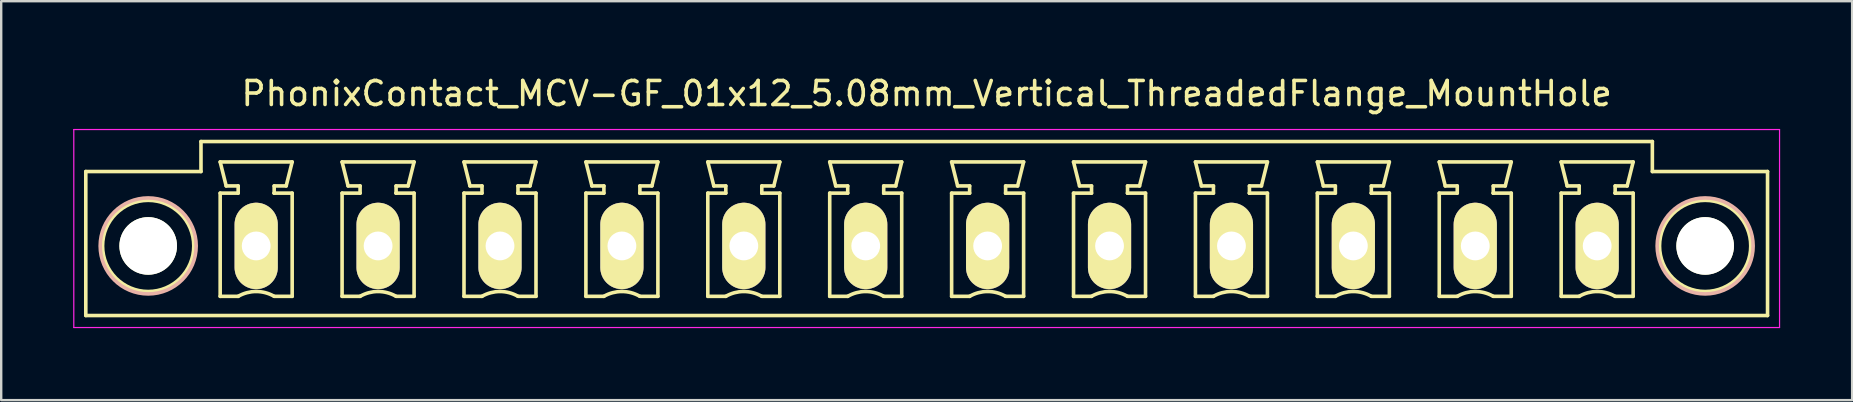
<source format=kicad_pcb>
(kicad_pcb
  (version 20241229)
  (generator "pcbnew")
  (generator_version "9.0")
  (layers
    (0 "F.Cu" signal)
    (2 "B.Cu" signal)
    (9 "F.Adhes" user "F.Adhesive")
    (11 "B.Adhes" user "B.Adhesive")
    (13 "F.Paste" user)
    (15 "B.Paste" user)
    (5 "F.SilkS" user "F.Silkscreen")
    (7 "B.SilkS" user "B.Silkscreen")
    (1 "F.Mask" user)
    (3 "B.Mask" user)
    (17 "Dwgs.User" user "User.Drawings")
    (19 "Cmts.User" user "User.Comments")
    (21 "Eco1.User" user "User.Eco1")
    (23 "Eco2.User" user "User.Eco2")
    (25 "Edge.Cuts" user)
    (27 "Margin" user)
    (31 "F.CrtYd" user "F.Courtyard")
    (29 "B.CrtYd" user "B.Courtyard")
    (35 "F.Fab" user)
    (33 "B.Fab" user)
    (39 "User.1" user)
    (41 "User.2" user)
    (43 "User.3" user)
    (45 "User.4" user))
  (footprint "PhonixContact_MCV-GF_01x12_5.08mm_Vertical_ThreadedFlange_MountHole"
    (layer "F.Cu")
    (at 7.625 7.198)
    (property "Reference" "PhonixContact_MCV-GF_01x12_5.08mm_Vertical_ThreadedFlange_MountHole" (at 27.94 -6.35 0) (layer "F.SilkS") (effects (font (size 1 1) (thickness 0.15))))
    (attr through_hole)
    (fp_line (start -7.1 -3.1) (end -7.1 2.9) (stroke (width 0.15) (type solid)) (layer "F.SilkS"))
    (fp_line (start -7.1 2.9) (end 62.98 2.9) (stroke (width 0.15) (type solid)) (layer "F.SilkS"))
    (fp_line (start -2.3 -4.35) (end -2.3 -3.1) (stroke (width 0.15) (type solid)) (layer "F.SilkS"))
    (fp_line (start -2.3 -3.1) (end -7.1 -3.1) (stroke (width 0.15) (type solid)) (layer "F.SilkS"))
    (fp_line (start -1.5 -3.5) (end 1.5 -3.5) (stroke (width 0.15) (type solid)) (layer "F.SilkS"))
    (fp_line (start -1.5 -2.2) (end -0.75 -2.2) (stroke (width 0.15) (type solid)) (layer "F.SilkS"))
    (fp_line (start -1.5 2.1) (end -1.5 -2.2) (stroke (width 0.15) (type solid)) (layer "F.SilkS"))
    (fp_line (start -1.25 -2.5) (end -1.5 -3.5) (stroke (width 0.15) (type solid)) (layer "F.SilkS"))
    (fp_line (start -0.75 -2.5) (end -1.25 -2.5) (stroke (width 0.15) (type solid)) (layer "F.SilkS"))
    (fp_line (start -0.75 -2.2) (end -0.75 -2.5) (stroke (width 0.15) (type solid)) (layer "F.SilkS"))
    (fp_line (start -0.75 2.1) (end -1.5 2.1) (stroke (width 0.15) (type solid)) (layer "F.SilkS"))
    (fp_line (start 0.75 -2.5) (end 0.75 -2.2) (stroke (width 0.15) (type solid)) (layer "F.SilkS"))
    (fp_line (start 0.75 -2.2) (end 0.75 -2.2) (stroke (width 0.15) (type solid)) (layer "F.SilkS"))
    (fp_line (start 0.75 -2.2) (end 1.5 -2.2) (stroke (width 0.15) (type solid)) (layer "F.SilkS"))
    (fp_line (start 1.25 -2.5) (end 0.75 -2.5) (stroke (width 0.15) (type solid)) (layer "F.SilkS"))
    (fp_line (start 1.5 -3.5) (end 1.25 -2.5) (stroke (width 0.15) (type solid)) (layer "F.SilkS"))
    (fp_line (start 1.5 -2.2) (end 1.5 2.1) (stroke (width 0.15) (type solid)) (layer "F.SilkS"))
    (fp_line (start 1.5 2.1) (end 0.75 2.1) (stroke (width 0.15) (type solid)) (layer "F.SilkS"))
    (fp_line (start 3.58 -3.5) (end 6.58 -3.5) (stroke (width 0.15) (type solid)) (layer "F.SilkS"))
    (fp_line (start 3.58 -2.2) (end 4.33 -2.2) (stroke (width 0.15) (type solid)) (layer "F.SilkS"))
    (fp_line (start 3.58 2.1) (end 3.58 -2.2) (stroke (width 0.15) (type solid)) (layer "F.SilkS"))
    (fp_line (start 3.83 -2.5) (end 3.58 -3.5) (stroke (width 0.15) (type solid)) (layer "F.SilkS"))
    (fp_line (start 4.33 -2.5) (end 3.83 -2.5) (stroke (width 0.15) (type solid)) (layer "F.SilkS"))
    (fp_line (start 4.33 -2.2) (end 4.33 -2.5) (stroke (width 0.15) (type solid)) (layer "F.SilkS"))
    (fp_line (start 4.33 2.1) (end 3.58 2.1) (stroke (width 0.15) (type solid)) (layer "F.SilkS"))
    (fp_line (start 5.83 -2.5) (end 5.83 -2.2) (stroke (width 0.15) (type solid)) (layer "F.SilkS"))
    (fp_line (start 5.83 -2.2) (end 5.83 -2.2) (stroke (width 0.15) (type solid)) (layer "F.SilkS"))
    (fp_line (start 5.83 -2.2) (end 6.58 -2.2) (stroke (width 0.15) (type solid)) (layer "F.SilkS"))
    (fp_line (start 6.33 -2.5) (end 5.83 -2.5) (stroke (width 0.15) (type solid)) (layer "F.SilkS"))
    (fp_line (start 6.58 -3.5) (end 6.33 -2.5) (stroke (width 0.15) (type solid)) (layer "F.SilkS"))
    (fp_line (start 6.58 -2.2) (end 6.58 2.1) (stroke (width 0.15) (type solid)) (layer "F.SilkS"))
    (fp_line (start 6.58 2.1) (end 5.83 2.1) (stroke (width 0.15) (type solid)) (layer "F.SilkS"))
    (fp_line (start 8.66 -3.5) (end 11.66 -3.5) (stroke (width 0.15) (type solid)) (layer "F.SilkS"))
    (fp_line (start 8.66 -2.2) (end 9.41 -2.2) (stroke (width 0.15) (type solid)) (layer "F.SilkS"))
    (fp_line (start 8.66 2.1) (end 8.66 -2.2) (stroke (width 0.15) (type solid)) (layer "F.SilkS"))
    (fp_line (start 8.91 -2.5) (end 8.66 -3.5) (stroke (width 0.15) (type solid)) (layer "F.SilkS"))
    (fp_line (start 9.41 -2.5) (end 8.91 -2.5) (stroke (width 0.15) (type solid)) (layer "F.SilkS"))
    (fp_line (start 9.41 -2.2) (end 9.41 -2.5) (stroke (width 0.15) (type solid)) (layer "F.SilkS"))
    (fp_line (start 9.41 2.1) (end 8.66 2.1) (stroke (width 0.15) (type solid)) (layer "F.SilkS"))
    (fp_line (start 10.91 -2.5) (end 10.91 -2.2) (stroke (width 0.15) (type solid)) (layer "F.SilkS"))
    (fp_line (start 10.91 -2.2) (end 10.91 -2.2) (stroke (width 0.15) (type solid)) (layer "F.SilkS"))
    (fp_line (start 10.91 -2.2) (end 11.66 -2.2) (stroke (width 0.15) (type solid)) (layer "F.SilkS"))
    (fp_line (start 11.41 -2.5) (end 10.91 -2.5) (stroke (width 0.15) (type solid)) (layer "F.SilkS"))
    (fp_line (start 11.66 -3.5) (end 11.41 -2.5) (stroke (width 0.15) (type solid)) (layer "F.SilkS"))
    (fp_line (start 11.66 -2.2) (end 11.66 2.1) (stroke (width 0.15) (type solid)) (layer "F.SilkS"))
    (fp_line (start 11.66 2.1) (end 10.91 2.1) (stroke (width 0.15) (type solid)) (layer "F.SilkS"))
    (fp_line (start 13.74 -3.5) (end 16.74 -3.5) (stroke (width 0.15) (type solid)) (layer "F.SilkS"))
    (fp_line (start 13.74 -2.2) (end 14.49 -2.2) (stroke (width 0.15) (type solid)) (layer "F.SilkS"))
    (fp_line (start 13.74 2.1) (end 13.74 -2.2) (stroke (width 0.15) (type solid)) (layer "F.SilkS"))
    (fp_line (start 13.99 -2.5) (end 13.74 -3.5) (stroke (width 0.15) (type solid)) (layer "F.SilkS"))
    (fp_line (start 14.49 -2.5) (end 13.99 -2.5) (stroke (width 0.15) (type solid)) (layer "F.SilkS"))
    (fp_line (start 14.49 -2.2) (end 14.49 -2.5) (stroke (width 0.15) (type solid)) (layer "F.SilkS"))
    (fp_line (start 14.49 2.1) (end 13.74 2.1) (stroke (width 0.15) (type solid)) (layer "F.SilkS"))
    (fp_line (start 15.99 -2.5) (end 15.99 -2.2) (stroke (width 0.15) (type solid)) (layer "F.SilkS"))
    (fp_line (start 15.99 -2.2) (end 15.99 -2.2) (stroke (width 0.15) (type solid)) (layer "F.SilkS"))
    (fp_line (start 15.99 -2.2) (end 16.74 -2.2) (stroke (width 0.15) (type solid)) (layer "F.SilkS"))
    (fp_line (start 16.49 -2.5) (end 15.99 -2.5) (stroke (width 0.15) (type solid)) (layer "F.SilkS"))
    (fp_line (start 16.74 -3.5) (end 16.49 -2.5) (stroke (width 0.15) (type solid)) (layer "F.SilkS"))
    (fp_line (start 16.74 -2.2) (end 16.74 2.1) (stroke (width 0.15) (type solid)) (layer "F.SilkS"))
    (fp_line (start 16.74 2.1) (end 15.99 2.1) (stroke (width 0.15) (type solid)) (layer "F.SilkS"))
    (fp_line (start 18.82 -3.5) (end 21.82 -3.5) (stroke (width 0.15) (type solid)) (layer "F.SilkS"))
    (fp_line (start 18.82 -2.2) (end 19.57 -2.2) (stroke (width 0.15) (type solid)) (layer "F.SilkS"))
    (fp_line (start 18.82 2.1) (end 18.82 -2.2) (stroke (width 0.15) (type solid)) (layer "F.SilkS"))
    (fp_line (start 19.07 -2.5) (end 18.82 -3.5) (stroke (width 0.15) (type solid)) (layer "F.SilkS"))
    (fp_line (start 19.57 -2.5) (end 19.07 -2.5) (stroke (width 0.15) (type solid)) (layer "F.SilkS"))
    (fp_line (start 19.57 -2.2) (end 19.57 -2.5) (stroke (width 0.15) (type solid)) (layer "F.SilkS"))
    (fp_line (start 19.57 2.1) (end 18.82 2.1) (stroke (width 0.15) (type solid)) (layer "F.SilkS"))
    (fp_line (start 21.07 -2.5) (end 21.07 -2.2) (stroke (width 0.15) (type solid)) (layer "F.SilkS"))
    (fp_line (start 21.07 -2.2) (end 21.07 -2.2) (stroke (width 0.15) (type solid)) (layer "F.SilkS"))
    (fp_line (start 21.07 -2.2) (end 21.82 -2.2) (stroke (width 0.15) (type solid)) (layer "F.SilkS"))
    (fp_line (start 21.57 -2.5) (end 21.07 -2.5) (stroke (width 0.15) (type solid)) (layer "F.SilkS"))
    (fp_line (start 21.82 -3.5) (end 21.57 -2.5) (stroke (width 0.15) (type solid)) (layer "F.SilkS"))
    (fp_line (start 21.82 -2.2) (end 21.82 2.1) (stroke (width 0.15) (type solid)) (layer "F.SilkS"))
    (fp_line (start 21.82 2.1) (end 21.07 2.1) (stroke (width 0.15) (type solid)) (layer "F.SilkS"))
    (fp_line (start 23.9 -3.5) (end 26.9 -3.5) (stroke (width 0.15) (type solid)) (layer "F.SilkS"))
    (fp_line (start 23.9 -2.2) (end 24.65 -2.2) (stroke (width 0.15) (type solid)) (layer "F.SilkS"))
    (fp_line (start 23.9 2.1) (end 23.9 -2.2) (stroke (width 0.15) (type solid)) (layer "F.SilkS"))
    (fp_line (start 24.15 -2.5) (end 23.9 -3.5) (stroke (width 0.15) (type solid)) (layer "F.SilkS"))
    (fp_line (start 24.65 -2.5) (end 24.15 -2.5) (stroke (width 0.15) (type solid)) (layer "F.SilkS"))
    (fp_line (start 24.65 -2.2) (end 24.65 -2.5) (stroke (width 0.15) (type solid)) (layer "F.SilkS"))
    (fp_line (start 24.65 2.1) (end 23.9 2.1) (stroke (width 0.15) (type solid)) (layer "F.SilkS"))
    (fp_line (start 26.15 -2.5) (end 26.15 -2.2) (stroke (width 0.15) (type solid)) (layer "F.SilkS"))
    (fp_line (start 26.15 -2.2) (end 26.15 -2.2) (stroke (width 0.15) (type solid)) (layer "F.SilkS"))
    (fp_line (start 26.15 -2.2) (end 26.9 -2.2) (stroke (width 0.15) (type solid)) (layer "F.SilkS"))
    (fp_line (start 26.65 -2.5) (end 26.15 -2.5) (stroke (width 0.15) (type solid)) (layer "F.SilkS"))
    (fp_line (start 26.9 -3.5) (end 26.65 -2.5) (stroke (width 0.15) (type solid)) (layer "F.SilkS"))
    (fp_line (start 26.9 -2.2) (end 26.9 2.1) (stroke (width 0.15) (type solid)) (layer "F.SilkS"))
    (fp_line (start 26.9 2.1) (end 26.15 2.1) (stroke (width 0.15) (type solid)) (layer "F.SilkS"))
    (fp_line (start 28.98 -3.5) (end 31.98 -3.5) (stroke (width 0.15) (type solid)) (layer "F.SilkS"))
    (fp_line (start 28.98 -2.2) (end 29.73 -2.2) (stroke (width 0.15) (type solid)) (layer "F.SilkS"))
    (fp_line (start 28.98 2.1) (end 28.98 -2.2) (stroke (width 0.15) (type solid)) (layer "F.SilkS"))
    (fp_line (start 29.23 -2.5) (end 28.98 -3.5) (stroke (width 0.15) (type solid)) (layer "F.SilkS"))
    (fp_line (start 29.73 -2.5) (end 29.23 -2.5) (stroke (width 0.15) (type solid)) (layer "F.SilkS"))
    (fp_line (start 29.73 -2.2) (end 29.73 -2.5) (stroke (width 0.15) (type solid)) (layer "F.SilkS"))
    (fp_line (start 29.73 2.1) (end 28.98 2.1) (stroke (width 0.15) (type solid)) (layer "F.SilkS"))
    (fp_line (start 31.23 -2.5) (end 31.23 -2.2) (stroke (width 0.15) (type solid)) (layer "F.SilkS"))
    (fp_line (start 31.23 -2.2) (end 31.23 -2.2) (stroke (width 0.15) (type solid)) (layer "F.SilkS"))
    (fp_line (start 31.23 -2.2) (end 31.98 -2.2) (stroke (width 0.15) (type solid)) (layer "F.SilkS"))
    (fp_line (start 31.73 -2.5) (end 31.23 -2.5) (stroke (width 0.15) (type solid)) (layer "F.SilkS"))
    (fp_line (start 31.98 -3.5) (end 31.73 -2.5) (stroke (width 0.15) (type solid)) (layer "F.SilkS"))
    (fp_line (start 31.98 -2.2) (end 31.98 2.1) (stroke (width 0.15) (type solid)) (layer "F.SilkS"))
    (fp_line (start 31.98 2.1) (end 31.23 2.1) (stroke (width 0.15) (type solid)) (layer "F.SilkS"))
    (fp_line (start 34.06 -3.5) (end 37.06 -3.5) (stroke (width 0.15) (type solid)) (layer "F.SilkS"))
    (fp_line (start 34.06 -2.2) (end 34.81 -2.2) (stroke (width 0.15) (type solid)) (layer "F.SilkS"))
    (fp_line (start 34.06 2.1) (end 34.06 -2.2) (stroke (width 0.15) (type solid)) (layer "F.SilkS"))
    (fp_line (start 34.31 -2.5) (end 34.06 -3.5) (stroke (width 0.15) (type solid)) (layer "F.SilkS"))
    (fp_line (start 34.81 -2.5) (end 34.31 -2.5) (stroke (width 0.15) (type solid)) (layer "F.SilkS"))
    (fp_line (start 34.81 -2.2) (end 34.81 -2.5) (stroke (width 0.15) (type solid)) (layer "F.SilkS"))
    (fp_line (start 34.81 2.1) (end 34.06 2.1) (stroke (width 0.15) (type solid)) (layer "F.SilkS"))
    (fp_line (start 36.31 -2.5) (end 36.31 -2.2) (stroke (width 0.15) (type solid)) (layer "F.SilkS"))
    (fp_line (start 36.31 -2.2) (end 36.31 -2.2) (stroke (width 0.15) (type solid)) (layer "F.SilkS"))
    (fp_line (start 36.31 -2.2) (end 37.06 -2.2) (stroke (width 0.15) (type solid)) (layer "F.SilkS"))
    (fp_line (start 36.81 -2.5) (end 36.31 -2.5) (stroke (width 0.15) (type solid)) (layer "F.SilkS"))
    (fp_line (start 37.06 -3.5) (end 36.81 -2.5) (stroke (width 0.15) (type solid)) (layer "F.SilkS"))
    (fp_line (start 37.06 -2.2) (end 37.06 2.1) (stroke (width 0.15) (type solid)) (layer "F.SilkS"))
    (fp_line (start 37.06 2.1) (end 36.31 2.1) (stroke (width 0.15) (type solid)) (layer "F.SilkS"))
    (fp_line (start 39.14 -3.5) (end 42.14 -3.5) (stroke (width 0.15) (type solid)) (layer "F.SilkS"))
    (fp_line (start 39.14 -2.2) (end 39.89 -2.2) (stroke (width 0.15) (type solid)) (layer "F.SilkS"))
    (fp_line (start 39.14 2.1) (end 39.14 -2.2) (stroke (width 0.15) (type solid)) (layer "F.SilkS"))
    (fp_line (start 39.39 -2.5) (end 39.14 -3.5) (stroke (width 0.15) (type solid)) (layer "F.SilkS"))
    (fp_line (start 39.89 -2.5) (end 39.39 -2.5) (stroke (width 0.15) (type solid)) (layer "F.SilkS"))
    (fp_line (start 39.89 -2.2) (end 39.89 -2.5) (stroke (width 0.15) (type solid)) (layer "F.SilkS"))
    (fp_line (start 39.89 2.1) (end 39.14 2.1) (stroke (width 0.15) (type solid)) (layer "F.SilkS"))
    (fp_line (start 41.39 -2.5) (end 41.39 -2.2) (stroke (width 0.15) (type solid)) (layer "F.SilkS"))
    (fp_line (start 41.39 -2.2) (end 41.39 -2.2) (stroke (width 0.15) (type solid)) (layer "F.SilkS"))
    (fp_line (start 41.39 -2.2) (end 42.14 -2.2) (stroke (width 0.15) (type solid)) (layer "F.SilkS"))
    (fp_line (start 41.89 -2.5) (end 41.39 -2.5) (stroke (width 0.15) (type solid)) (layer "F.SilkS"))
    (fp_line (start 42.14 -3.5) (end 41.89 -2.5) (stroke (width 0.15) (type solid)) (layer "F.SilkS"))
    (fp_line (start 42.14 -2.2) (end 42.14 2.1) (stroke (width 0.15) (type solid)) (layer "F.SilkS"))
    (fp_line (start 42.14 2.1) (end 41.39 2.1) (stroke (width 0.15) (type solid)) (layer "F.SilkS"))
    (fp_line (start 44.22 -3.5) (end 47.22 -3.5) (stroke (width 0.15) (type solid)) (layer "F.SilkS"))
    (fp_line (start 44.22 -2.2) (end 44.97 -2.2) (stroke (width 0.15) (type solid)) (layer "F.SilkS"))
    (fp_line (start 44.22 2.1) (end 44.22 -2.2) (stroke (width 0.15) (type solid)) (layer "F.SilkS"))
    (fp_line (start 44.47 -2.5) (end 44.22 -3.5) (stroke (width 0.15) (type solid)) (layer "F.SilkS"))
    (fp_line (start 44.97 -2.5) (end 44.47 -2.5) (stroke (width 0.15) (type solid)) (layer "F.SilkS"))
    (fp_line (start 44.97 -2.2) (end 44.97 -2.5) (stroke (width 0.15) (type solid)) (layer "F.SilkS"))
    (fp_line (start 44.97 2.1) (end 44.22 2.1) (stroke (width 0.15) (type solid)) (layer "F.SilkS"))
    (fp_line (start 46.47 -2.5) (end 46.47 -2.2) (stroke (width 0.15) (type solid)) (layer "F.SilkS"))
    (fp_line (start 46.47 -2.2) (end 46.47 -2.2) (stroke (width 0.15) (type solid)) (layer "F.SilkS"))
    (fp_line (start 46.47 -2.2) (end 47.22 -2.2) (stroke (width 0.15) (type solid)) (layer "F.SilkS"))
    (fp_line (start 46.97 -2.5) (end 46.47 -2.5) (stroke (width 0.15) (type solid)) (layer "F.SilkS"))
    (fp_line (start 47.22 -3.5) (end 46.97 -2.5) (stroke (width 0.15) (type solid)) (layer "F.SilkS"))
    (fp_line (start 47.22 -2.2) (end 47.22 2.1) (stroke (width 0.15) (type solid)) (layer "F.SilkS"))
    (fp_line (start 47.22 2.1) (end 46.47 2.1) (stroke (width 0.15) (type solid)) (layer "F.SilkS"))
    (fp_line (start 49.3 -3.5) (end 52.3 -3.5) (stroke (width 0.15) (type solid)) (layer "F.SilkS"))
    (fp_line (start 49.3 -2.2) (end 50.05 -2.2) (stroke (width 0.15) (type solid)) (layer "F.SilkS"))
    (fp_line (start 49.3 2.1) (end 49.3 -2.2) (stroke (width 0.15) (type solid)) (layer "F.SilkS"))
    (fp_line (start 49.55 -2.5) (end 49.3 -3.5) (stroke (width 0.15) (type solid)) (layer "F.SilkS"))
    (fp_line (start 50.05 -2.5) (end 49.55 -2.5) (stroke (width 0.15) (type solid)) (layer "F.SilkS"))
    (fp_line (start 50.05 -2.2) (end 50.05 -2.5) (stroke (width 0.15) (type solid)) (layer "F.SilkS"))
    (fp_line (start 50.05 2.1) (end 49.3 2.1) (stroke (width 0.15) (type solid)) (layer "F.SilkS"))
    (fp_line (start 51.55 -2.5) (end 51.55 -2.2) (stroke (width 0.15) (type solid)) (layer "F.SilkS"))
    (fp_line (start 51.55 -2.2) (end 51.55 -2.2) (stroke (width 0.15) (type solid)) (layer "F.SilkS"))
    (fp_line (start 51.55 -2.2) (end 52.3 -2.2) (stroke (width 0.15) (type solid)) (layer "F.SilkS"))
    (fp_line (start 52.05 -2.5) (end 51.55 -2.5) (stroke (width 0.15) (type solid)) (layer "F.SilkS"))
    (fp_line (start 52.3 -3.5) (end 52.05 -2.5) (stroke (width 0.15) (type solid)) (layer "F.SilkS"))
    (fp_line (start 52.3 -2.2) (end 52.3 2.1) (stroke (width 0.15) (type solid)) (layer "F.SilkS"))
    (fp_line (start 52.3 2.1) (end 51.55 2.1) (stroke (width 0.15) (type solid)) (layer "F.SilkS"))
    (fp_line (start 54.38 -3.5) (end 57.38 -3.5) (stroke (width 0.15) (type solid)) (layer "F.SilkS"))
    (fp_line (start 54.38 -2.2) (end 55.13 -2.2) (stroke (width 0.15) (type solid)) (layer "F.SilkS"))
    (fp_line (start 54.38 2.1) (end 54.38 -2.2) (stroke (width 0.15) (type solid)) (layer "F.SilkS"))
    (fp_line (start 54.63 -2.5) (end 54.38 -3.5) (stroke (width 0.15) (type solid)) (layer "F.SilkS"))
    (fp_line (start 55.13 -2.5) (end 54.63 -2.5) (stroke (width 0.15) (type solid)) (layer "F.SilkS"))
    (fp_line (start 55.13 -2.2) (end 55.13 -2.5) (stroke (width 0.15) (type solid)) (layer "F.SilkS"))
    (fp_line (start 55.13 2.1) (end 54.38 2.1) (stroke (width 0.15) (type solid)) (layer "F.SilkS"))
    (fp_line (start 56.63 -2.5) (end 56.63 -2.2) (stroke (width 0.15) (type solid)) (layer "F.SilkS"))
    (fp_line (start 56.63 -2.2) (end 56.63 -2.2) (stroke (width 0.15) (type solid)) (layer "F.SilkS"))
    (fp_line (start 56.63 -2.2) (end 57.38 -2.2) (stroke (width 0.15) (type solid)) (layer "F.SilkS"))
    (fp_line (start 57.13 -2.5) (end 56.63 -2.5) (stroke (width 0.15) (type solid)) (layer "F.SilkS"))
    (fp_line (start 57.38 -3.5) (end 57.13 -2.5) (stroke (width 0.15) (type solid)) (layer "F.SilkS"))
    (fp_line (start 57.38 -2.2) (end 57.38 2.1) (stroke (width 0.15) (type solid)) (layer "F.SilkS"))
    (fp_line (start 57.38 2.1) (end 56.63 2.1) (stroke (width 0.15) (type solid)) (layer "F.SilkS"))
    (fp_line (start 58.18 -4.35) (end -2.3 -4.35) (stroke (width 0.15) (type solid)) (layer "F.SilkS"))
    (fp_line (start 58.18 -3.1) (end 58.18 -4.35) (stroke (width 0.15) (type solid)) (layer "F.SilkS"))
    (fp_line (start 62.98 -3.1) (end 58.18 -3.1) (stroke (width 0.15) (type solid)) (layer "F.SilkS"))
    (fp_line (start 62.98 2.9) (end 62.98 -3.1) (stroke (width 0.15) (type solid)) (layer "F.SilkS"))
    (fp_arc (start -0.75 2.1) (mid -0.006068 1.899179) (end 0.739464 2.093978) (stroke (width 0.15) (type solid)) (layer "F.SilkS"))
    (fp_arc (start 4.33 2.1) (mid 5.073932 1.899179) (end 5.819464 2.093978) (stroke (width 0.15) (type solid)) (layer "F.SilkS"))
    (fp_arc (start 9.41 2.1) (mid 10.153932 1.899179) (end 10.899464 2.093978) (stroke (width 0.15) (type solid)) (layer "F.SilkS"))
    (fp_arc (start 14.49 2.1) (mid 15.233932 1.899179) (end 15.979464 2.093978) (stroke (width 0.15) (type solid)) (layer "F.SilkS"))
    (fp_arc (start 19.57 2.1) (mid 20.313932 1.899179) (end 21.059464 2.093978) (stroke (width 0.15) (type solid)) (layer "F.SilkS"))
    (fp_arc (start 24.65 2.1) (mid 25.393932 1.899179) (end 26.139464 2.093978) (stroke (width 0.15) (type solid)) (layer "F.SilkS"))
    (fp_arc (start 29.73 2.1) (mid 30.473932 1.899179) (end 31.219464 2.093978) (stroke (width 0.15) (type solid)) (layer "F.SilkS"))
    (fp_arc (start 34.81 2.1) (mid 35.553932 1.899179) (end 36.299464 2.093978) (stroke (width 0.15) (type solid)) (layer "F.SilkS"))
    (fp_arc (start 39.89 2.1) (mid 40.633932 1.899179) (end 41.379464 2.093978) (stroke (width 0.15) (type solid)) (layer "F.SilkS"))
    (fp_arc (start 44.97 2.1) (mid 45.713932 1.899179) (end 46.459464 2.093978) (stroke (width 0.15) (type solid)) (layer "F.SilkS"))
    (fp_arc (start 50.05 2.1) (mid 50.793932 1.899179) (end 51.539464 2.093978) (stroke (width 0.15) (type solid)) (layer "F.SilkS"))
    (fp_arc (start 55.13 2.1) (mid 55.873932 1.899179) (end 56.619464 2.093978) (stroke (width 0.15) (type solid)) (layer "F.SilkS"))
    (fp_circle (center -4.5 0) (end -2.6 0) (stroke (width 0.15) (type solid)) (fill no) (layer "F.SilkS"))
    (fp_circle (center 60.38 0) (end 62.28 0) (stroke (width 0.15) (type solid)) (fill no) (layer "F.SilkS"))
    (fp_circle (center -4.5 0) (end -2.5 0) (stroke (width 0.15) (type solid)) (fill no) (layer "B.SilkS"))
    (fp_circle (center 60.38 0) (end 62.38 0) (stroke (width 0.15) (type solid)) (fill no) (layer "B.SilkS"))
    (fp_line (start -7.6 -4.85) (end -7.6 3.4) (stroke (width 0.05) (type solid)) (layer "F.CrtYd"))
    (fp_line (start -7.6 3.4) (end 63.48 3.4) (stroke (width 0.05) (type solid)) (layer "F.CrtYd"))
    (fp_line (start 63.48 -4.85) (end -7.6 -4.85) (stroke (width 0.05) (type solid)) (layer "F.CrtYd"))
    (fp_line (start 63.48 3.4) (end 63.48 -4.85) (stroke (width 0.05) (type solid)) (layer "F.CrtYd"))
    (pad "" np_thru_hole circle (at -4.5 0) (size 2.4 2.4) (drill 2.4) (layers "*.Cu" "*.Mask" "F.SilkS"))
    (pad "" np_thru_hole circle (at 60.38 0) (size 2.4 2.4) (drill 2.4) (layers "*.Cu" "*.Mask" "F.SilkS"))
    (pad "1" thru_hole oval (at 0 0) (size 1.8 3.6) (drill 1.2) (layers "*.Cu" "*.Mask" "F.SilkS"))
    (pad "2" thru_hole oval (at 5.08 0) (size 1.8 3.6) (drill 1.2) (layers "*.Cu" "*.Mask" "F.SilkS"))
    (pad "3" thru_hole oval (at 10.16 0) (size 1.8 3.6) (drill 1.2) (layers "*.Cu" "*.Mask" "F.SilkS"))
    (pad "4" thru_hole oval (at 15.24 0) (size 1.8 3.6) (drill 1.2) (layers "*.Cu" "*.Mask" "F.SilkS"))
    (pad "5" thru_hole oval (at 20.32 0) (size 1.8 3.6) (drill 1.2) (layers "*.Cu" "*.Mask" "F.SilkS"))
    (pad "6" thru_hole oval (at 25.4 0) (size 1.8 3.6) (drill 1.2) (layers "*.Cu" "*.Mask" "F.SilkS"))
    (pad "7" thru_hole oval (at 30.48 0) (size 1.8 3.6) (drill 1.2) (layers "*.Cu" "*.Mask" "F.SilkS"))
    (pad "8" thru_hole oval (at 35.56 0) (size 1.8 3.6) (drill 1.2) (layers "*.Cu" "*.Mask" "F.SilkS"))
    (pad "9" thru_hole oval (at 40.64 0) (size 1.8 3.6) (drill 1.2) (layers "*.Cu" "*.Mask" "F.SilkS"))
    (pad "10" thru_hole oval (at 45.72 0) (size 1.8 3.6) (drill 1.2) (layers "*.Cu" "*.Mask" "F.SilkS"))
    (pad "11" thru_hole oval (at 50.8 0) (size 1.8 3.6) (drill 1.2) (layers "*.Cu" "*.Mask" "F.SilkS"))
    (pad "12" thru_hole oval (at 55.88 0) (size 1.8 3.6) (drill 1.2) (layers "*.Cu" "*.Mask" "F.SilkS")))
  (gr_rect
    (start -3 -3)
    (end 74.13 13.623)
    (stroke (width 0.1) (type default))
    (fill no)
    (layer "Edge.Cuts")))
</source>
